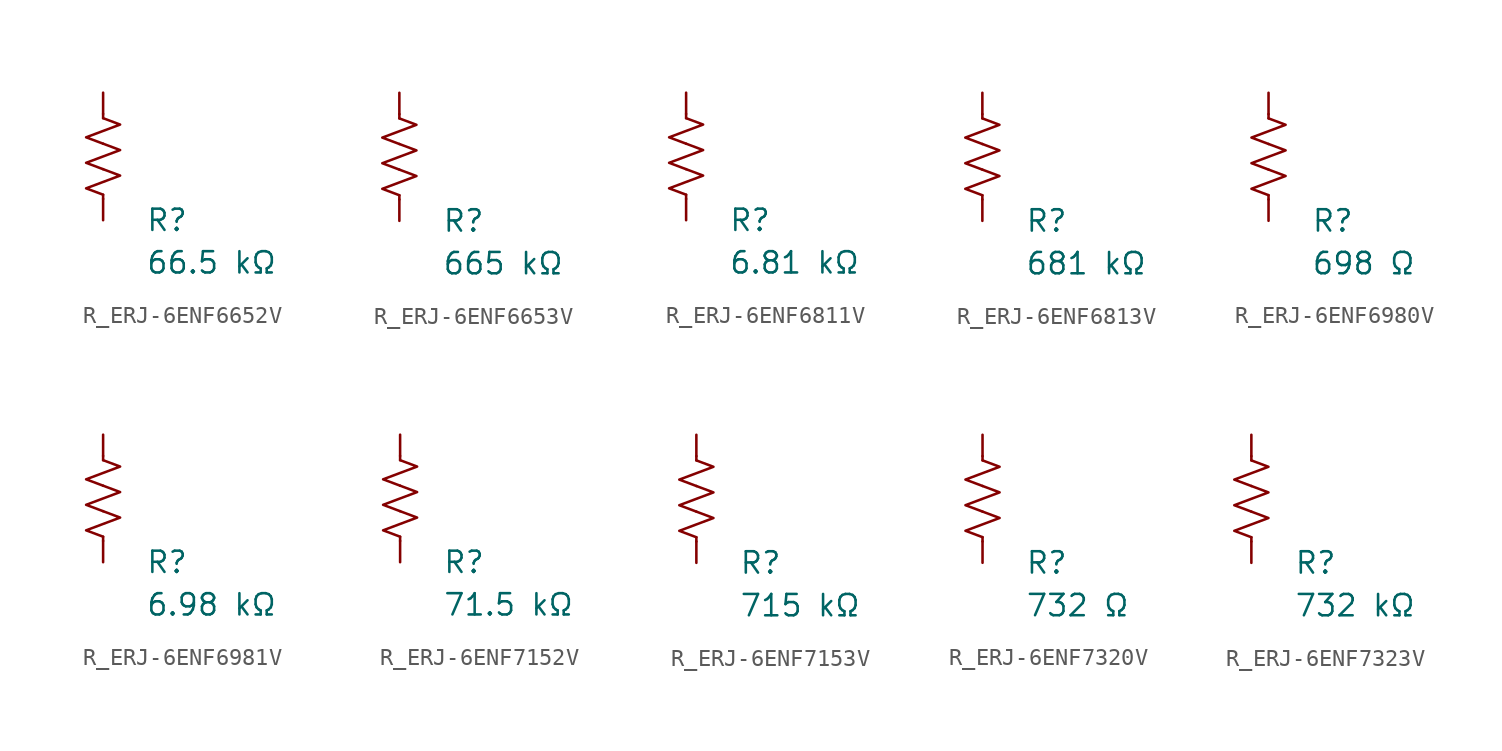
<source format=kicad_sym>
(kicad_symbol_lib
  (version 20231120)
  (generator "kicad_symbol_editor")
  (generator_version "8.0")
  (symbol "R_ERJ-6ENF6652V"
    (pin_numbers hide)
    (pin_names
      (offset 0))
    (property "Reference" "R"
      (at 2.54 -3.81 0)
      (effects (font (size 1.27 1.27)) (justify left))
      (show_name no))
    (property "Value" "66.5 kΩ"
      (at 2.54 -6.35 0)
      (effects (font (size 1.27 1.27)) (justify left))
      (show_name no))
    (symbol "R_ERJ-6ENF6652V_0_1"
      (polyline (pts (xy 0 -2.286) (xy 0 -2.54)) (stroke (width 0) (type default)) (fill (type none)))
      (polyline (pts (xy 0 2.286) (xy 0 2.54)) (stroke (width 0) (type default)) (fill (type none)))
      (polyline (pts (xy 0 -0.762) (xy 1.016 -1.143) (xy 0 -1.524) (xy -1.016 -1.905) (xy 0 -2.286)) (stroke (width 0) (type default)) (fill (type none)))
      (polyline (pts (xy 0 0.762) (xy 1.016 0.381) (xy 0 0) (xy -1.016 -0.381) (xy 0 -0.762)) (stroke (width 0) (type default)) (fill (type none)))
      (polyline (pts (xy 0 2.286) (xy 1.016 1.905) (xy 0 1.524) (xy -1.016 1.143) (xy 0 0.762)) (stroke (width 0) (type default)) (fill (type none))))
    (symbol "R_ERJ-6ENF6652V_1_1"
      (pin passive line (at 0 3.81 270) (length 1.27) (name "~" (effects (font (size 1.27 1.27)))) (number "1" (effects (font (size 1.27 1.27)))))
      (pin passive line (at 0 -3.81 90) (length 1.27) (name "~" (effects (font (size 1.27 1.27)))) (number "2" (effects (font (size 1.27 1.27)))))))
  (symbol "R_ERJ-6ENF6653V"
    (pin_numbers hide)
    (pin_names
      (offset 0))
    (property "Reference" "R"
      (at 2.54 -3.81 0)
      (effects (font (size 1.27 1.27)) (justify left))
      (show_name no))
    (property "Value" "665 kΩ"
      (at 2.54 -6.35 0)
      (effects (font (size 1.27 1.27)) (justify left))
      (show_name no))
    (symbol "R_ERJ-6ENF6653V_0_1"
      (polyline (pts (xy 0 -2.286) (xy 0 -2.54)) (stroke (width 0) (type default)) (fill (type none)))
      (polyline (pts (xy 0 2.286) (xy 0 2.54)) (stroke (width 0) (type default)) (fill (type none)))
      (polyline (pts (xy 0 -0.762) (xy 1.016 -1.143) (xy 0 -1.524) (xy -1.016 -1.905) (xy 0 -2.286)) (stroke (width 0) (type default)) (fill (type none)))
      (polyline (pts (xy 0 0.762) (xy 1.016 0.381) (xy 0 0) (xy -1.016 -0.381) (xy 0 -0.762)) (stroke (width 0) (type default)) (fill (type none)))
      (polyline (pts (xy 0 2.286) (xy 1.016 1.905) (xy 0 1.524) (xy -1.016 1.143) (xy 0 0.762)) (stroke (width 0) (type default)) (fill (type none))))
    (symbol "R_ERJ-6ENF6653V_1_1"
      (pin passive line (at 0 3.81 270) (length 1.27) (name "~" (effects (font (size 1.27 1.27)))) (number "1" (effects (font (size 1.27 1.27)))))
      (pin passive line (at 0 -3.81 90) (length 1.27) (name "~" (effects (font (size 1.27 1.27)))) (number "2" (effects (font (size 1.27 1.27)))))))
  (symbol "R_ERJ-6ENF6811V"
    (pin_numbers hide)
    (pin_names
      (offset 0))
    (property "Reference" "R"
      (at 2.54 -3.81 0)
      (effects (font (size 1.27 1.27)) (justify left))
      (show_name no))
    (property "Value" "6.81 kΩ"
      (at 2.54 -6.35 0)
      (effects (font (size 1.27 1.27)) (justify left))
      (show_name no))
    (symbol "R_ERJ-6ENF6811V_0_1"
      (polyline (pts (xy 0 -2.286) (xy 0 -2.54)) (stroke (width 0) (type default)) (fill (type none)))
      (polyline (pts (xy 0 2.286) (xy 0 2.54)) (stroke (width 0) (type default)) (fill (type none)))
      (polyline (pts (xy 0 -0.762) (xy 1.016 -1.143) (xy 0 -1.524) (xy -1.016 -1.905) (xy 0 -2.286)) (stroke (width 0) (type default)) (fill (type none)))
      (polyline (pts (xy 0 0.762) (xy 1.016 0.381) (xy 0 0) (xy -1.016 -0.381) (xy 0 -0.762)) (stroke (width 0) (type default)) (fill (type none)))
      (polyline (pts (xy 0 2.286) (xy 1.016 1.905) (xy 0 1.524) (xy -1.016 1.143) (xy 0 0.762)) (stroke (width 0) (type default)) (fill (type none))))
    (symbol "R_ERJ-6ENF6811V_1_1"
      (pin passive line (at 0 3.81 270) (length 1.27) (name "~" (effects (font (size 1.27 1.27)))) (number "1" (effects (font (size 1.27 1.27)))))
      (pin passive line (at 0 -3.81 90) (length 1.27) (name "~" (effects (font (size 1.27 1.27)))) (number "2" (effects (font (size 1.27 1.27)))))))
  (symbol "R_ERJ-6ENF6813V"
    (pin_numbers hide)
    (pin_names
      (offset 0))
    (property "Reference" "R"
      (at 2.54 -3.81 0)
      (effects (font (size 1.27 1.27)) (justify left))
      (show_name no))
    (property "Value" "681 kΩ"
      (at 2.54 -6.35 0)
      (effects (font (size 1.27 1.27)) (justify left))
      (show_name no))
    (symbol "R_ERJ-6ENF6813V_0_1"
      (polyline (pts (xy 0 -2.286) (xy 0 -2.54)) (stroke (width 0) (type default)) (fill (type none)))
      (polyline (pts (xy 0 2.286) (xy 0 2.54)) (stroke (width 0) (type default)) (fill (type none)))
      (polyline (pts (xy 0 -0.762) (xy 1.016 -1.143) (xy 0 -1.524) (xy -1.016 -1.905) (xy 0 -2.286)) (stroke (width 0) (type default)) (fill (type none)))
      (polyline (pts (xy 0 0.762) (xy 1.016 0.381) (xy 0 0) (xy -1.016 -0.381) (xy 0 -0.762)) (stroke (width 0) (type default)) (fill (type none)))
      (polyline (pts (xy 0 2.286) (xy 1.016 1.905) (xy 0 1.524) (xy -1.016 1.143) (xy 0 0.762)) (stroke (width 0) (type default)) (fill (type none))))
    (symbol "R_ERJ-6ENF6813V_1_1"
      (pin passive line (at 0 3.81 270) (length 1.27) (name "~" (effects (font (size 1.27 1.27)))) (number "1" (effects (font (size 1.27 1.27)))))
      (pin passive line (at 0 -3.81 90) (length 1.27) (name "~" (effects (font (size 1.27 1.27)))) (number "2" (effects (font (size 1.27 1.27)))))))
  (symbol "R_ERJ-6ENF6980V"
    (pin_numbers hide)
    (pin_names
      (offset 0))
    (property "Reference" "R"
      (at 2.54 -3.81 0)
      (effects (font (size 1.27 1.27)) (justify left))
      (show_name no))
    (property "Value" "698 Ω"
      (at 2.54 -6.35 0)
      (effects (font (size 1.27 1.27)) (justify left))
      (show_name no))
    (symbol "R_ERJ-6ENF6980V_0_1"
      (polyline (pts (xy 0 -2.286) (xy 0 -2.54)) (stroke (width 0) (type default)) (fill (type none)))
      (polyline (pts (xy 0 2.286) (xy 0 2.54)) (stroke (width 0) (type default)) (fill (type none)))
      (polyline (pts (xy 0 -0.762) (xy 1.016 -1.143) (xy 0 -1.524) (xy -1.016 -1.905) (xy 0 -2.286)) (stroke (width 0) (type default)) (fill (type none)))
      (polyline (pts (xy 0 0.762) (xy 1.016 0.381) (xy 0 0) (xy -1.016 -0.381) (xy 0 -0.762)) (stroke (width 0) (type default)) (fill (type none)))
      (polyline (pts (xy 0 2.286) (xy 1.016 1.905) (xy 0 1.524) (xy -1.016 1.143) (xy 0 0.762)) (stroke (width 0) (type default)) (fill (type none))))
    (symbol "R_ERJ-6ENF6980V_1_1"
      (pin passive line (at 0 3.81 270) (length 1.27) (name "~" (effects (font (size 1.27 1.27)))) (number "1" (effects (font (size 1.27 1.27)))))
      (pin passive line (at 0 -3.81 90) (length 1.27) (name "~" (effects (font (size 1.27 1.27)))) (number "2" (effects (font (size 1.27 1.27)))))))
  (symbol "R_ERJ-6ENF6981V"
    (pin_numbers hide)
    (pin_names
      (offset 0))
    (property "Reference" "R"
      (at 2.54 -3.81 0)
      (effects (font (size 1.27 1.27)) (justify left))
      (show_name no))
    (property "Value" "6.98 kΩ"
      (at 2.54 -6.35 0)
      (effects (font (size 1.27 1.27)) (justify left))
      (show_name no))
    (symbol "R_ERJ-6ENF6981V_0_1"
      (polyline (pts (xy 0 -2.286) (xy 0 -2.54)) (stroke (width 0) (type default)) (fill (type none)))
      (polyline (pts (xy 0 2.286) (xy 0 2.54)) (stroke (width 0) (type default)) (fill (type none)))
      (polyline (pts (xy 0 -0.762) (xy 1.016 -1.143) (xy 0 -1.524) (xy -1.016 -1.905) (xy 0 -2.286)) (stroke (width 0) (type default)) (fill (type none)))
      (polyline (pts (xy 0 0.762) (xy 1.016 0.381) (xy 0 0) (xy -1.016 -0.381) (xy 0 -0.762)) (stroke (width 0) (type default)) (fill (type none)))
      (polyline (pts (xy 0 2.286) (xy 1.016 1.905) (xy 0 1.524) (xy -1.016 1.143) (xy 0 0.762)) (stroke (width 0) (type default)) (fill (type none))))
    (symbol "R_ERJ-6ENF6981V_1_1"
      (pin passive line (at 0 3.81 270) (length 1.27) (name "~" (effects (font (size 1.27 1.27)))) (number "1" (effects (font (size 1.27 1.27)))))
      (pin passive line (at 0 -3.81 90) (length 1.27) (name "~" (effects (font (size 1.27 1.27)))) (number "2" (effects (font (size 1.27 1.27)))))))
  (symbol "R_ERJ-6ENF7152V"
    (pin_numbers hide)
    (pin_names
      (offset 0))
    (property "Reference" "R"
      (at 2.54 -3.81 0)
      (effects (font (size 1.27 1.27)) (justify left))
      (show_name no))
    (property "Value" "71.5 kΩ"
      (at 2.54 -6.35 0)
      (effects (font (size 1.27 1.27)) (justify left))
      (show_name no))
    (symbol "R_ERJ-6ENF7152V_0_1"
      (polyline (pts (xy 0 -2.286) (xy 0 -2.54)) (stroke (width 0) (type default)) (fill (type none)))
      (polyline (pts (xy 0 2.286) (xy 0 2.54)) (stroke (width 0) (type default)) (fill (type none)))
      (polyline (pts (xy 0 -0.762) (xy 1.016 -1.143) (xy 0 -1.524) (xy -1.016 -1.905) (xy 0 -2.286)) (stroke (width 0) (type default)) (fill (type none)))
      (polyline (pts (xy 0 0.762) (xy 1.016 0.381) (xy 0 0) (xy -1.016 -0.381) (xy 0 -0.762)) (stroke (width 0) (type default)) (fill (type none)))
      (polyline (pts (xy 0 2.286) (xy 1.016 1.905) (xy 0 1.524) (xy -1.016 1.143) (xy 0 0.762)) (stroke (width 0) (type default)) (fill (type none))))
    (symbol "R_ERJ-6ENF7152V_1_1"
      (pin passive line (at 0 3.81 270) (length 1.27) (name "~" (effects (font (size 1.27 1.27)))) (number "1" (effects (font (size 1.27 1.27)))))
      (pin passive line (at 0 -3.81 90) (length 1.27) (name "~" (effects (font (size 1.27 1.27)))) (number "2" (effects (font (size 1.27 1.27)))))))
  (symbol "R_ERJ-6ENF7153V"
    (pin_numbers hide)
    (pin_names
      (offset 0))
    (property "Reference" "R"
      (at 2.54 -3.81 0)
      (effects (font (size 1.27 1.27)) (justify left))
      (show_name no))
    (property "Value" "715 kΩ"
      (at 2.54 -6.35 0)
      (effects (font (size 1.27 1.27)) (justify left))
      (show_name no))
    (symbol "R_ERJ-6ENF7153V_0_1"
      (polyline (pts (xy 0 -2.286) (xy 0 -2.54)) (stroke (width 0) (type default)) (fill (type none)))
      (polyline (pts (xy 0 2.286) (xy 0 2.54)) (stroke (width 0) (type default)) (fill (type none)))
      (polyline (pts (xy 0 -0.762) (xy 1.016 -1.143) (xy 0 -1.524) (xy -1.016 -1.905) (xy 0 -2.286)) (stroke (width 0) (type default)) (fill (type none)))
      (polyline (pts (xy 0 0.762) (xy 1.016 0.381) (xy 0 0) (xy -1.016 -0.381) (xy 0 -0.762)) (stroke (width 0) (type default)) (fill (type none)))
      (polyline (pts (xy 0 2.286) (xy 1.016 1.905) (xy 0 1.524) (xy -1.016 1.143) (xy 0 0.762)) (stroke (width 0) (type default)) (fill (type none))))
    (symbol "R_ERJ-6ENF7153V_1_1"
      (pin passive line (at 0 3.81 270) (length 1.27) (name "~" (effects (font (size 1.27 1.27)))) (number "1" (effects (font (size 1.27 1.27)))))
      (pin passive line (at 0 -3.81 90) (length 1.27) (name "~" (effects (font (size 1.27 1.27)))) (number "2" (effects (font (size 1.27 1.27)))))))
  (symbol "R_ERJ-6ENF7320V"
    (pin_numbers hide)
    (pin_names
      (offset 0))
    (property "Reference" "R"
      (at 2.54 -3.81 0)
      (effects (font (size 1.27 1.27)) (justify left))
      (show_name no))
    (property "Value" "732 Ω"
      (at 2.54 -6.35 0)
      (effects (font (size 1.27 1.27)) (justify left))
      (show_name no))
    (symbol "R_ERJ-6ENF7320V_0_1"
      (polyline (pts (xy 0 -2.286) (xy 0 -2.54)) (stroke (width 0) (type default)) (fill (type none)))
      (polyline (pts (xy 0 2.286) (xy 0 2.54)) (stroke (width 0) (type default)) (fill (type none)))
      (polyline (pts (xy 0 -0.762) (xy 1.016 -1.143) (xy 0 -1.524) (xy -1.016 -1.905) (xy 0 -2.286)) (stroke (width 0) (type default)) (fill (type none)))
      (polyline (pts (xy 0 0.762) (xy 1.016 0.381) (xy 0 0) (xy -1.016 -0.381) (xy 0 -0.762)) (stroke (width 0) (type default)) (fill (type none)))
      (polyline (pts (xy 0 2.286) (xy 1.016 1.905) (xy 0 1.524) (xy -1.016 1.143) (xy 0 0.762)) (stroke (width 0) (type default)) (fill (type none))))
    (symbol "R_ERJ-6ENF7320V_1_1"
      (pin passive line (at 0 3.81 270) (length 1.27) (name "~" (effects (font (size 1.27 1.27)))) (number "1" (effects (font (size 1.27 1.27)))))
      (pin passive line (at 0 -3.81 90) (length 1.27) (name "~" (effects (font (size 1.27 1.27)))) (number "2" (effects (font (size 1.27 1.27)))))))
  (symbol "R_ERJ-6ENF7323V"
    (pin_numbers hide)
    (pin_names
      (offset 0))
    (property "Reference" "R"
      (at 2.54 -3.81 0)
      (effects (font (size 1.27 1.27)) (justify left))
      (show_name no))
    (property "Value" "732 kΩ"
      (at 2.54 -6.35 0)
      (effects (font (size 1.27 1.27)) (justify left))
      (show_name no))
    (symbol "R_ERJ-6ENF7323V_0_1"
      (polyline (pts (xy 0 -2.286) (xy 0 -2.54)) (stroke (width 0) (type default)) (fill (type none)))
      (polyline (pts (xy 0 2.286) (xy 0 2.54)) (stroke (width 0) (type default)) (fill (type none)))
      (polyline (pts (xy 0 -0.762) (xy 1.016 -1.143) (xy 0 -1.524) (xy -1.016 -1.905) (xy 0 -2.286)) (stroke (width 0) (type default)) (fill (type none)))
      (polyline (pts (xy 0 0.762) (xy 1.016 0.381) (xy 0 0) (xy -1.016 -0.381) (xy 0 -0.762)) (stroke (width 0) (type default)) (fill (type none)))
      (polyline (pts (xy 0 2.286) (xy 1.016 1.905) (xy 0 1.524) (xy -1.016 1.143) (xy 0 0.762)) (stroke (width 0) (type default)) (fill (type none))))
    (symbol "R_ERJ-6ENF7323V_1_1"
      (pin passive line (at 0 3.81 270) (length 1.27) (name "~" (effects (font (size 1.27 1.27)))) (number "1" (effects (font (size 1.27 1.27)))))
      (pin passive line (at 0 -3.81 90) (length 1.27) (name "~" (effects (font (size 1.27 1.27)))) (number "2" (effects (font (size 1.27 1.27))))))))
</source>
